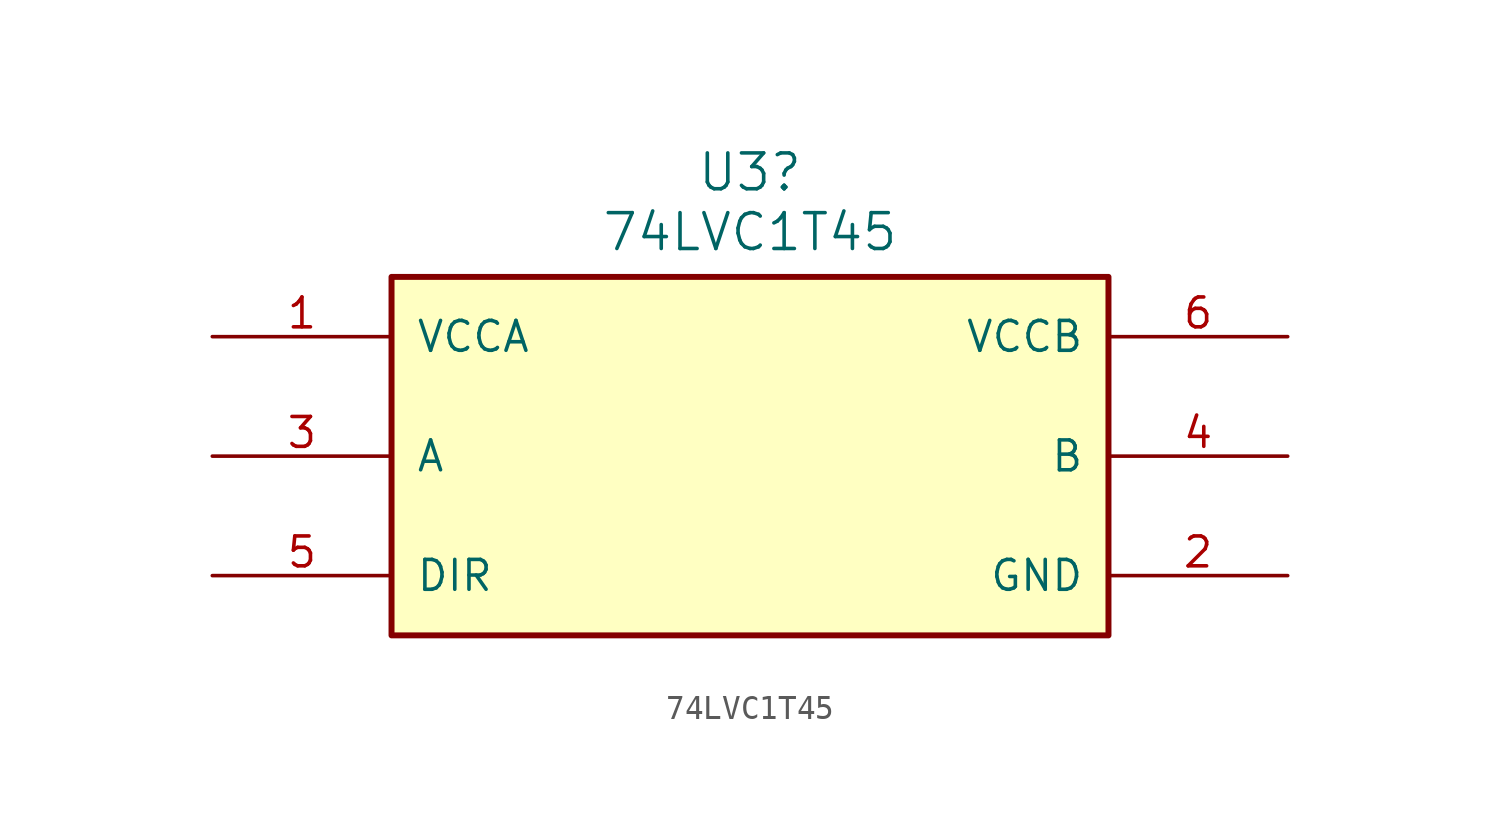
<source format=kicad_sym>
(kicad_symbol_lib
  (version 20220914)
  (generator kicad_symbol_editor)
  (symbol "74LVC1T45"
    (pin_names
      (offset 1.016))
    (property "Reference" "U3"
      (at 1.27 12.065 0)
      (effects (font (size 1.524 1.524))))
    (property "Value" "74LVC1T45"
      (at 1.27 9.525 0)
      (effects (font (size 1.524 1.524))))
    (symbol "74LVC1T45_1_1"
      (rectangle (start -13.97 7.62) (end 16.51 -7.62) (stroke (width 0.254) (type solid)) (fill (type background)))
      (pin power_in line (at -21.59 5.08 0) (length 7.62) (name "VCCA" (effects (font (size 1.27 1.27)))) (number "1" (effects (font (size 1.27 1.27)))))
      (pin power_in line (at 24.13 -5.08 180) (length 7.62) (name "GND" (effects (font (size 1.27 1.27)))) (number "2" (effects (font (size 1.27 1.27)))))
      (pin bidirectional line (at -21.59 0 0) (length 7.62) (name "A" (effects (font (size 1.27 1.27)))) (number "3" (effects (font (size 1.27 1.27)))))
      (pin bidirectional line (at 24.13 0 180) (length 7.62) (name "B" (effects (font (size 1.27 1.27)))) (number "4" (effects (font (size 1.27 1.27)))))
      (pin input line (at -21.59 -5.08 0) (length 7.62) (name "DIR" (effects (font (size 1.27 1.27)))) (number "5" (effects (font (size 1.27 1.27)))))
      (pin power_in line (at 24.13 5.08 180) (length 7.62) (name "VCCB" (effects (font (size 1.27 1.27)))) (number "6" (effects (font (size 1.27 1.27))))))))
</source>
